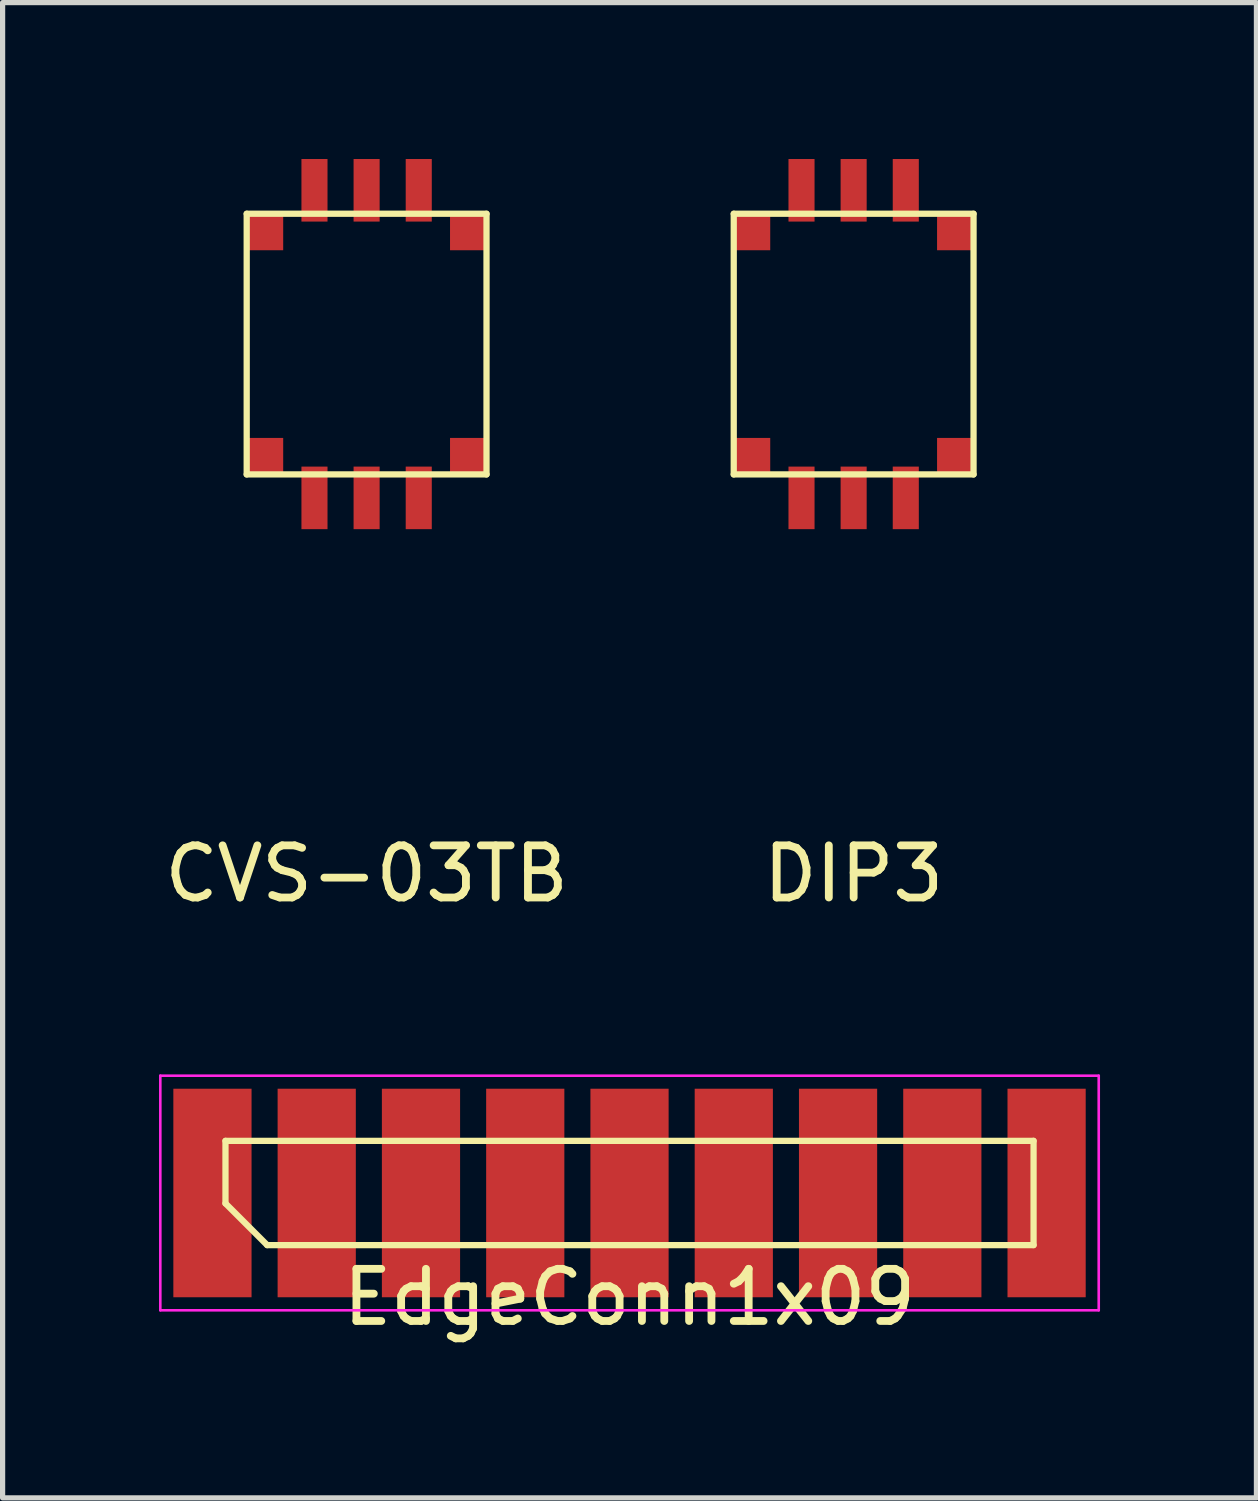
<source format=kicad_pcb>
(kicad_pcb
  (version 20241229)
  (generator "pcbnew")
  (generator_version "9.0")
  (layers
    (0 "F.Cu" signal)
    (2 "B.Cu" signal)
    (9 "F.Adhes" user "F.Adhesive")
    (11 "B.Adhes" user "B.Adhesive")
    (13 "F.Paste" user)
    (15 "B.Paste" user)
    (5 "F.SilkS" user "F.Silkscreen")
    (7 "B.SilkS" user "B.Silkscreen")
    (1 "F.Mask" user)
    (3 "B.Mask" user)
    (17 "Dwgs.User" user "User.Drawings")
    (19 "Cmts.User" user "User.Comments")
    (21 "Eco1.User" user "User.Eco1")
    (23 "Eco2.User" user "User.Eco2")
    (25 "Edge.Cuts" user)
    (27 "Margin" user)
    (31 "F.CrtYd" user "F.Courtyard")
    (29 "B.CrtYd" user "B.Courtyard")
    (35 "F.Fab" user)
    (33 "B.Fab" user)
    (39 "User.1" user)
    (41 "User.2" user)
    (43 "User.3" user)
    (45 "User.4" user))
  (footprint "CVS-03TB"
    (layer "F.Cu")
    (at 3.982 3.55)
    (property "Reference" "CVS-03TB" (at 0 10.16 0) (layer "F.SilkS") (effects (font (size 1 1) (thickness 0.15))))
    (attr through_hole)
    (fp_line (start -2.3 -2.5) (end 2.3 -2.5) (stroke (width 0.12) (type solid)) (layer "F.SilkS"))
    (fp_line (start -2.3 2.5) (end -2.3 -2.5) (stroke (width 0.12) (type solid)) (layer "F.SilkS"))
    (fp_line (start 2.3 -2.5) (end 2.3 2.5) (stroke (width 0.12) (type solid)) (layer "F.SilkS"))
    (fp_line (start 2.3 2.5) (end -2.3 2.5) (stroke (width 0.12) (type solid)) (layer "F.SilkS"))
    (pad "1" smd rect (at -1 -2.95) (size 0.5 1.2) (layers "F.Cu" "F.Mask" "F.Paste"))
    (pad "2" smd rect (at 0 -2.95) (size 0.5 1.2) (layers "F.Cu" "F.Mask" "F.Paste"))
    (pad "3" smd rect (at 1 -2.95) (size 0.5 1.2) (layers "F.Cu" "F.Mask" "F.Paste"))
    (pad "4" smd rect (at 1 2.95) (size 0.5 1.2) (layers "F.Cu" "F.Mask" "F.Paste"))
    (pad "5" smd rect (at 0 2.95) (size 0.5 1.2) (layers "F.Cu" "F.Mask" "F.Paste"))
    (pad "6" smd rect (at -1 2.95) (size 0.5 1.2) (layers "F.Cu" "F.Mask" "F.Paste"))
    (pad "7" smd rect (at -1.95 -2.15) (size 0.7 0.7) (layers "F.Cu" "F.Mask" "F.Paste"))
    (pad "7" smd rect (at -1.95 2.15) (size 0.7 0.7) (layers "F.Cu" "F.Mask" "F.Paste"))
    (pad "7" smd rect (at 1.95 -2.15) (size 0.7 0.7) (layers "F.Cu" "F.Mask" "F.Paste"))
    (pad "7" smd rect (at 1.95 2.15) (size 0.7 0.7) (layers "F.Cu" "F.Mask" "F.Paste")))
  (footprint "DIP3"
    (layer "F.Cu")
    (at 13.324 3.55)
    (property "Reference" "DIP3" (at 0 10.16 0) (layer "F.SilkS") (effects (font (size 1 1) (thickness 0.15))))
    (attr through_hole)
    (fp_line (start -2.3 -2.5) (end 2.3 -2.5) (stroke (width 0.12) (type solid)) (layer "F.SilkS"))
    (fp_line (start -2.3 2.5) (end -2.3 -2.5) (stroke (width 0.12) (type solid)) (layer "F.SilkS"))
    (fp_line (start 2.3 -2.5) (end 2.3 2.5) (stroke (width 0.12) (type solid)) (layer "F.SilkS"))
    (fp_line (start 2.3 2.5) (end -2.3 2.5) (stroke (width 0.12) (type solid)) (layer "F.SilkS"))
    (pad "1" smd rect (at -1 -2.95) (size 0.5 1.2) (layers "F.Cu" "F.Mask" "F.Paste"))
    (pad "2" smd rect (at 0 -2.95) (size 0.5 1.2) (layers "F.Cu" "F.Mask" "F.Paste"))
    (pad "3" smd rect (at 1 -2.95) (size 0.5 1.2) (layers "F.Cu" "F.Mask" "F.Paste"))
    (pad "4" smd rect (at 1 2.95) (size 0.5 1.2) (layers "F.Cu" "F.Mask" "F.Paste"))
    (pad "5" smd rect (at 0 2.95) (size 0.5 1.2) (layers "F.Cu" "F.Mask" "F.Paste"))
    (pad "6" smd rect (at -1 2.95) (size 0.5 1.2) (layers "F.Cu" "F.Mask" "F.Paste"))
    (pad "7" smd rect (at -1.95 -2.15) (size 0.7 0.7) (layers "F.Cu" "F.Mask" "F.Paste"))
    (pad "7" smd rect (at -1.95 2.15) (size 0.7 0.7) (layers "F.Cu" "F.Mask" "F.Paste"))
    (pad "7" smd rect (at 1.95 -2.15) (size 0.7 0.7) (layers "F.Cu" "F.Mask" "F.Paste"))
    (pad "7" smd rect (at 1.95 2.15) (size 0.7 0.7) (layers "F.Cu" "F.Mask" "F.Paste")))
  (footprint "EdgeConn1x09"
    (layer "F.Cu")
    (at 9.025 19.833)
    (property "Reference" "EdgeConn1x09" (at 0 2 0) (layer "F.SilkS") (effects (font (size 1 1) (thickness 0.15))))
    (attr smd)
    (fp_line (start -7.75 -1) (end 7.75 -1) (stroke (width 0.12) (type solid)) (layer "F.SilkS"))
    (fp_line (start -7.75 0.2) (end -7.75 -1) (stroke (width 0.12) (type solid)) (layer "F.SilkS"))
    (fp_line (start -6.95 1) (end -7.75 0.2) (stroke (width 0.12) (type solid)) (layer "F.SilkS"))
    (fp_line (start 7.75 -1) (end 7.75 1) (stroke (width 0.12) (type solid)) (layer "F.SilkS"))
    (fp_line (start 7.75 1) (end -6.95 1) (stroke (width 0.12) (type solid)) (layer "F.SilkS"))
    (fp_line (start -9 -2.25) (end 9 -2.25) (stroke (width 0.05) (type solid)) (layer "F.CrtYd"))
    (fp_line (start -9 2.25) (end -9 -2.25) (stroke (width 0.05) (type solid)) (layer "F.CrtYd"))
    (fp_line (start 9 -2.25) (end 9 2.25) (stroke (width 0.05) (type solid)) (layer "F.CrtYd"))
    (fp_line (start 9 2.25) (end -9 2.25) (stroke (width 0.05) (type solid)) (layer "F.CrtYd"))
    (pad "1" smd rect (at -8 0) (size 1.5 4) (layers "F.Cu" "F.Mask" "F.Paste"))
    (pad "2" smd rect (at -6 0) (size 1.5 4) (layers "F.Cu" "F.Mask" "F.Paste"))
    (pad "3" smd rect (at -4 0) (size 1.5 4) (layers "F.Cu" "F.Mask" "F.Paste"))
    (pad "4" smd rect (at -2 0) (size 1.5 4) (layers "F.Cu" "F.Mask" "F.Paste"))
    (pad "5" smd rect (at 0 0) (size 1.5 4) (layers "F.Cu" "F.Mask" "F.Paste"))
    (pad "6" smd rect (at 2 0) (size 1.5 4) (layers "F.Cu" "F.Mask" "F.Paste"))
    (pad "7" smd rect (at 4 0) (size 1.5 4) (layers "F.Cu" "F.Mask" "F.Paste"))
    (pad "8" smd rect (at 6 0) (size 1.5 4) (layers "F.Cu" "F.Mask" "F.Paste"))
    (pad "9" smd rect (at 8 0) (size 1.5 4) (layers "F.Cu" "F.Mask" "F.Paste")))
  (gr_rect
    (start -3 -3)
    (end 21.05 25.681)
    (stroke (width 0.1) (type default))
    (fill no)
    (layer "Edge.Cuts")))
</source>
